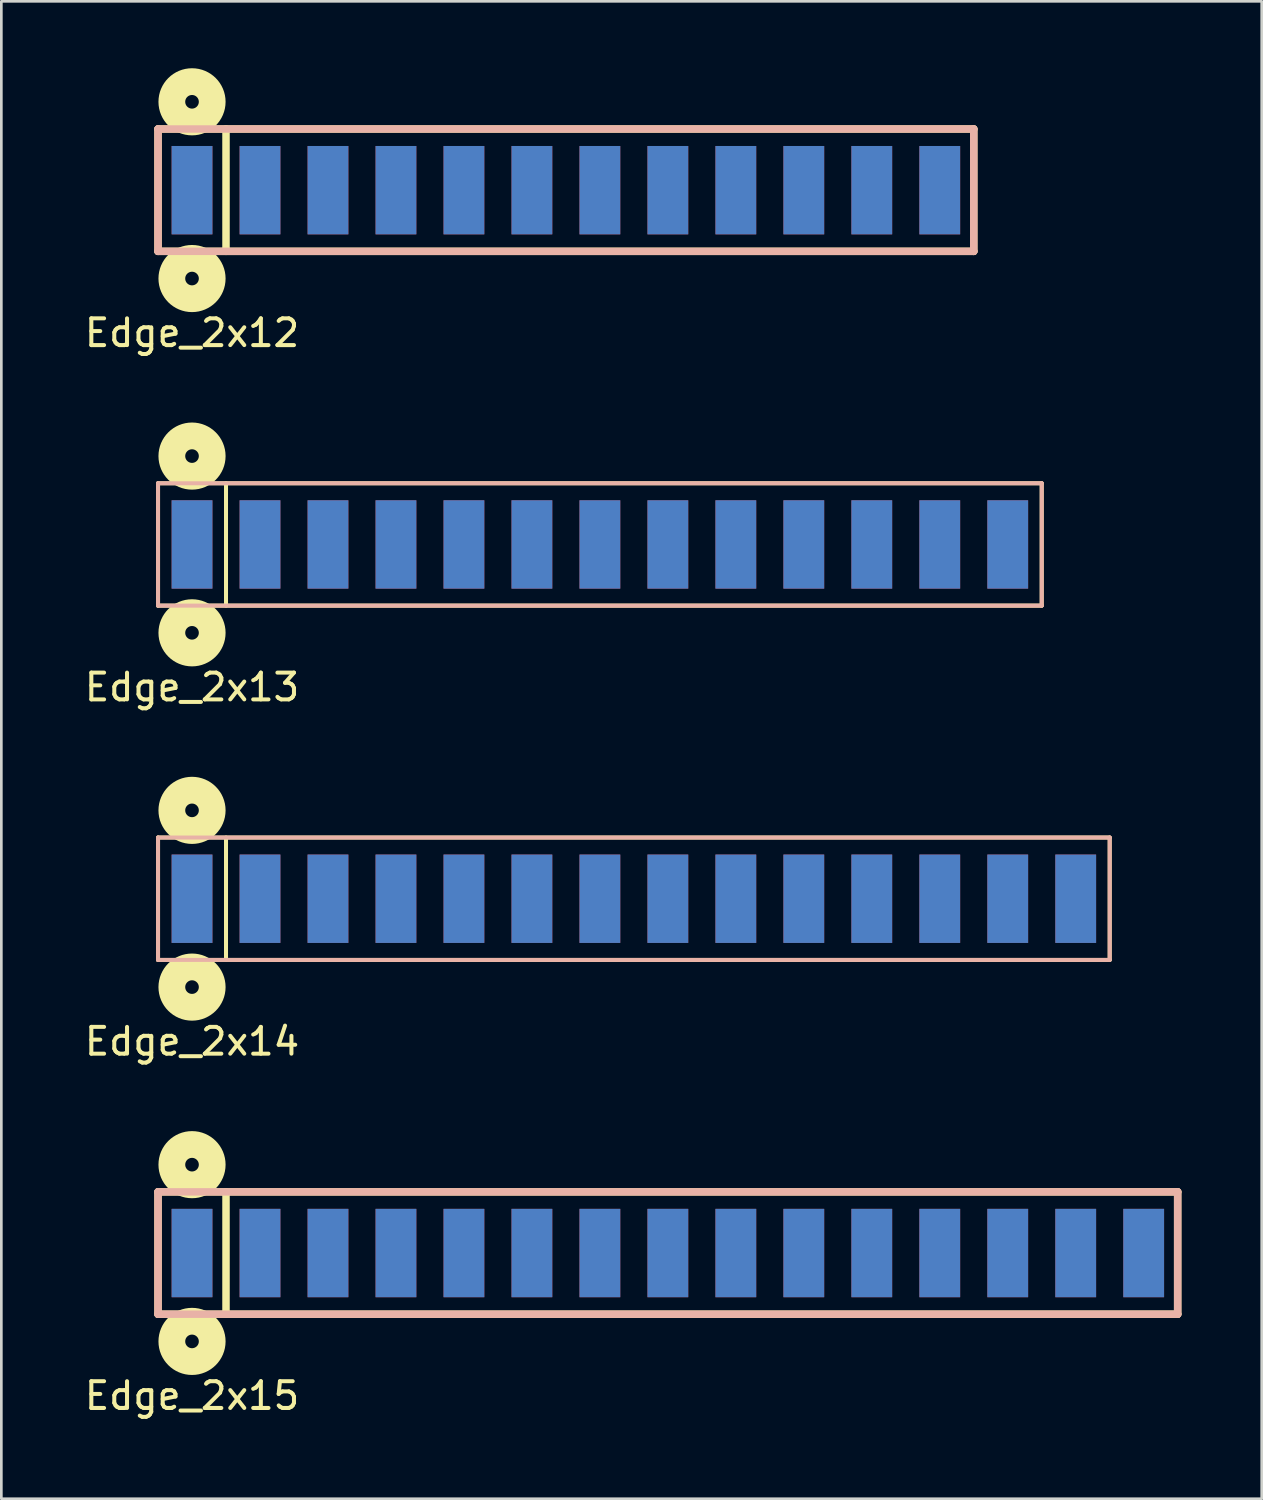
<source format=kicad_pcb>
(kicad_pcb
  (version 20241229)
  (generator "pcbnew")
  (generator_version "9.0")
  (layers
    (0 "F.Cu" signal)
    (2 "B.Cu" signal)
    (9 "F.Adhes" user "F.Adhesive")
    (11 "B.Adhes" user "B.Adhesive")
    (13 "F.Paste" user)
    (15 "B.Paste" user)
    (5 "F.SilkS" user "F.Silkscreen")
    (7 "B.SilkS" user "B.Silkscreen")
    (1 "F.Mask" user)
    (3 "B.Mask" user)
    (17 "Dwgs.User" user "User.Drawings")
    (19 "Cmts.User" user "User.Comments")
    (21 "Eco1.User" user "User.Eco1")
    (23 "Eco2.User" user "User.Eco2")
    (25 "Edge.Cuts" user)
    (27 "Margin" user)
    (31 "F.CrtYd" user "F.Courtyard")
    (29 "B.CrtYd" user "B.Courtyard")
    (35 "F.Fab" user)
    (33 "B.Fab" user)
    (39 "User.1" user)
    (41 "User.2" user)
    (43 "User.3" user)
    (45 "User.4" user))
  (footprint "Edge_2x15"
    (layer "F.Cu")
    (at 4.125 43.771)
    (property "Reference" "Edge_2x15" (at 0 5.334 0) (layer "F.SilkS") (effects (font (size 1 1) (thickness 0.15))))
    (attr through_hole)
    (fp_line (start -1.27 -2.286) (end -1.27 2.286) (stroke (width 0.28) (type solid)) (layer "F.SilkS"))
    (fp_line (start -1.27 2.286) (end 36.83 2.286) (stroke (width 0.28) (type solid)) (layer "F.SilkS"))
    (fp_line (start 1.27 2.286) (end 1.27 -2.286) (stroke (width 0.28) (type solid)) (layer "F.SilkS"))
    (fp_line (start 36.83 -2.286) (end -1.27 -2.286) (stroke (width 0.28) (type solid)) (layer "F.SilkS"))
    (fp_line (start 36.83 2.286) (end 36.83 -2.286) (stroke (width 0.28) (type solid)) (layer "F.SilkS"))
    (fp_circle (center 0 -3.302) (end 0.254 -3.302) (stroke (width 1) (type solid)) (fill no) (layer "F.SilkS"))
    (fp_circle (center 0 3.302) (end 0.254 3.302) (stroke (width 1) (type solid)) (fill no) (layer "F.SilkS"))
    (fp_line (start -1.27 -2.286) (end -1.27 2.286) (stroke (width 0.28) (type solid)) (layer "B.SilkS"))
    (fp_line (start -1.27 2.286) (end 36.83 2.286) (stroke (width 0.28) (type solid)) (layer "B.SilkS"))
    (fp_line (start 36.83 -2.286) (end -1.27 -2.286) (stroke (width 0.28) (type solid)) (layer "B.SilkS"))
    (fp_line (start 36.83 2.286) (end 36.83 -2.286) (stroke (width 0.28) (type solid)) (layer "B.SilkS"))
    (pad "1" smd rect (at 0 0) (size 1.524 3.302) (layers "F.Cu" "F.Mask" "F.Paste"))
    (pad "2" smd rect (at 0 0) (size 1.524 3.302) (layers "B.Cu" "B.Mask" "B.Paste"))
    (pad "3" smd rect (at 2.54 0) (size 1.524 3.302) (layers "F.Cu" "F.Mask" "F.Paste"))
    (pad "4" smd rect (at 2.54 0) (size 1.524 3.302) (layers "B.Cu" "B.Mask" "B.Paste"))
    (pad "5" smd rect (at 5.08 0) (size 1.524 3.302) (layers "F.Cu" "F.Mask" "F.Paste"))
    (pad "6" smd rect (at 5.08 0) (size 1.524 3.302) (layers "B.Cu" "B.Mask" "B.Paste"))
    (pad "7" smd rect (at 7.62 0) (size 1.524 3.302) (layers "F.Cu" "F.Mask" "F.Paste"))
    (pad "8" smd rect (at 7.62 0) (size 1.524 3.302) (layers "B.Cu" "B.Mask" "B.Paste"))
    (pad "9" smd rect (at 10.16 0) (size 1.524 3.302) (layers "F.Cu" "F.Mask" "F.Paste"))
    (pad "10" smd rect (at 10.16 0) (size 1.524 3.302) (layers "B.Cu" "B.Mask" "B.Paste"))
    (pad "11" smd rect (at 12.7 0) (size 1.524 3.302) (layers "F.Cu" "F.Mask" "F.Paste"))
    (pad "12" smd rect (at 12.7 0) (size 1.524 3.302) (layers "B.Cu" "B.Mask" "B.Paste"))
    (pad "13" smd rect (at 15.24 0) (size 1.524 3.302) (layers "F.Cu" "F.Mask" "F.Paste"))
    (pad "14" smd rect (at 15.24 0) (size 1.524 3.302) (layers "B.Cu" "B.Mask" "B.Paste"))
    (pad "15" smd rect (at 17.78 0) (size 1.524 3.302) (layers "F.Cu" "F.Mask" "F.Paste"))
    (pad "16" smd rect (at 17.78 0) (size 1.524 3.302) (layers "B.Cu" "B.Mask" "B.Paste"))
    (pad "17" smd rect (at 20.32 0) (size 1.524 3.302) (layers "F.Cu" "F.Mask" "F.Paste"))
    (pad "18" smd rect (at 20.32 0) (size 1.524 3.302) (layers "B.Cu" "B.Mask" "B.Paste"))
    (pad "19" smd rect (at 22.86 0) (size 1.524 3.302) (layers "F.Cu" "F.Mask" "F.Paste"))
    (pad "20" smd rect (at 22.86 0) (size 1.524 3.302) (layers "B.Cu" "B.Mask" "B.Paste"))
    (pad "21" smd rect (at 25.4 0) (size 1.524 3.302) (layers "F.Cu" "F.Mask" "F.Paste"))
    (pad "22" smd rect (at 25.4 0) (size 1.524 3.302) (layers "B.Cu" "B.Mask" "B.Paste"))
    (pad "23" smd rect (at 27.94 0) (size 1.524 3.302) (layers "F.Cu" "F.Mask" "F.Paste"))
    (pad "24" smd rect (at 27.94 0) (size 1.524 3.302) (layers "B.Cu" "B.Mask" "B.Paste"))
    (pad "25" smd rect (at 30.48 0) (size 1.524 3.302) (layers "F.Cu" "F.Mask" "F.Paste"))
    (pad "26" smd rect (at 30.48 0) (size 1.524 3.302) (layers "B.Cu" "B.Mask" "B.Paste"))
    (pad "27" smd rect (at 33.02 0) (size 1.524 3.302) (layers "F.Cu" "F.Mask" "F.Paste"))
    (pad "28" smd rect (at 33.02 0) (size 1.524 3.302) (layers "B.Cu" "B.Mask" "B.Paste"))
    (pad "29" smd rect (at 35.56 0) (size 1.524 3.302) (layers "F.Cu" "F.Mask" "F.Paste"))
    (pad "30" smd rect (at 35.56 0) (size 1.524 3.302) (layers "B.Cu" "B.Mask" "B.Paste")))
  (footprint "Edge_2x14"
    (layer "F.Cu")
    (at 4.125 30.532)
    (property "Reference" "Edge_2x14" (at 0 5.334 0) (layer "F.SilkS") (effects (font (size 1 1) (thickness 0.15))))
    (attr through_hole)
    (fp_line (start -1.27 -2.286) (end -1.27 2.286) (stroke (width 0.15) (type solid)) (layer "F.SilkS"))
    (fp_line (start -1.27 2.286) (end 34.29 2.286) (stroke (width 0.15) (type solid)) (layer "F.SilkS"))
    (fp_line (start 1.27 2.286) (end 1.27 -2.286) (stroke (width 0.15) (type solid)) (layer "F.SilkS"))
    (fp_line (start 34.29 -2.286) (end -1.27 -2.286) (stroke (width 0.15) (type solid)) (layer "F.SilkS"))
    (fp_line (start 34.29 2.286) (end 34.29 -2.286) (stroke (width 0.15) (type solid)) (layer "F.SilkS"))
    (fp_circle (center 0 -3.302) (end 0.254 -3.302) (stroke (width 1) (type solid)) (fill no) (layer "F.SilkS"))
    (fp_circle (center 0 3.302) (end 0.254 3.302) (stroke (width 1) (type solid)) (fill no) (layer "F.SilkS"))
    (fp_line (start -1.27 -2.286) (end -1.27 2.286) (stroke (width 0.15) (type solid)) (layer "B.SilkS"))
    (fp_line (start -1.27 2.286) (end 34.29 2.286) (stroke (width 0.15) (type solid)) (layer "B.SilkS"))
    (fp_line (start 34.29 -2.286) (end -1.27 -2.286) (stroke (width 0.15) (type solid)) (layer "B.SilkS"))
    (fp_line (start 34.29 2.286) (end 34.29 -2.286) (stroke (width 0.15) (type solid)) (layer "B.SilkS"))
    (pad "1" smd rect (at 0 0) (size 1.524 3.302) (layers "F.Cu" "F.Mask" "F.Paste"))
    (pad "2" smd rect (at 0 0) (size 1.524 3.302) (layers "B.Cu" "B.Mask" "B.Paste"))
    (pad "3" smd rect (at 2.54 0) (size 1.524 3.302) (layers "F.Cu" "F.Mask" "F.Paste"))
    (pad "4" smd rect (at 2.54 0) (size 1.524 3.302) (layers "B.Cu" "B.Mask" "B.Paste"))
    (pad "5" smd rect (at 5.08 0) (size 1.524 3.302) (layers "F.Cu" "F.Mask" "F.Paste"))
    (pad "6" smd rect (at 5.08 0) (size 1.524 3.302) (layers "B.Cu" "B.Mask" "B.Paste"))
    (pad "7" smd rect (at 7.62 0) (size 1.524 3.302) (layers "F.Cu" "F.Mask" "F.Paste"))
    (pad "8" smd rect (at 7.62 0) (size 1.524 3.302) (layers "B.Cu" "B.Mask" "B.Paste"))
    (pad "9" smd rect (at 10.16 0) (size 1.524 3.302) (layers "F.Cu" "F.Mask" "F.Paste"))
    (pad "10" smd rect (at 10.16 0) (size 1.524 3.302) (layers "B.Cu" "B.Mask" "B.Paste"))
    (pad "11" smd rect (at 12.7 0) (size 1.524 3.302) (layers "F.Cu" "F.Mask" "F.Paste"))
    (pad "12" smd rect (at 12.7 0) (size 1.524 3.302) (layers "B.Cu" "B.Mask" "B.Paste"))
    (pad "13" smd rect (at 15.24 0) (size 1.524 3.302) (layers "F.Cu" "F.Mask" "F.Paste"))
    (pad "14" smd rect (at 15.24 0) (size 1.524 3.302) (layers "B.Cu" "B.Mask" "B.Paste"))
    (pad "15" smd rect (at 17.78 0) (size 1.524 3.302) (layers "F.Cu" "F.Mask" "F.Paste"))
    (pad "16" smd rect (at 17.78 0) (size 1.524 3.302) (layers "B.Cu" "B.Mask" "B.Paste"))
    (pad "17" smd rect (at 20.32 0) (size 1.524 3.302) (layers "F.Cu" "F.Mask" "F.Paste"))
    (pad "18" smd rect (at 20.32 0) (size 1.524 3.302) (layers "B.Cu" "B.Mask" "B.Paste"))
    (pad "19" smd rect (at 22.86 0) (size 1.524 3.302) (layers "F.Cu" "F.Mask" "F.Paste"))
    (pad "20" smd rect (at 22.86 0) (size 1.524 3.302) (layers "B.Cu" "B.Mask" "B.Paste"))
    (pad "21" smd rect (at 25.4 0) (size 1.524 3.302) (layers "F.Cu" "F.Mask" "F.Paste"))
    (pad "22" smd rect (at 25.4 0) (size 1.524 3.302) (layers "B.Cu" "B.Mask" "B.Paste"))
    (pad "23" smd rect (at 27.94 0) (size 1.524 3.302) (layers "F.Cu" "F.Mask" "F.Paste"))
    (pad "24" smd rect (at 27.94 0) (size 1.524 3.302) (layers "B.Cu" "B.Mask" "B.Paste"))
    (pad "25" smd rect (at 30.48 0) (size 1.524 3.302) (layers "F.Cu" "F.Mask" "F.Paste"))
    (pad "26" smd rect (at 30.48 0) (size 1.524 3.302) (layers "B.Cu" "B.Mask" "B.Paste"))
    (pad "27" smd rect (at 33.02 0) (size 1.524 3.302) (layers "F.Cu" "F.Mask" "F.Paste"))
    (pad "28" smd rect (at 33.02 0) (size 1.524 3.302) (layers "B.Cu" "B.Mask" "B.Paste")))
  (footprint "Edge_2x13"
    (layer "F.Cu")
    (at 4.125 17.294)
    (property "Reference" "Edge_2x13" (at 0 5.334 0) (layer "F.SilkS") (effects (font (size 1 1) (thickness 0.15))))
    (attr through_hole)
    (fp_line (start -1.27 -2.286) (end -1.27 2.286) (stroke (width 0.15) (type solid)) (layer "F.SilkS"))
    (fp_line (start -1.27 2.286) (end 31.75 2.286) (stroke (width 0.15) (type solid)) (layer "F.SilkS"))
    (fp_line (start 1.27 2.286) (end 1.27 -2.286) (stroke (width 0.15) (type solid)) (layer "F.SilkS"))
    (fp_line (start 31.75 -2.286) (end -1.27 -2.286) (stroke (width 0.15) (type solid)) (layer "F.SilkS"))
    (fp_line (start 31.75 2.286) (end 31.75 -2.286) (stroke (width 0.15) (type solid)) (layer "F.SilkS"))
    (fp_circle (center 0 -3.302) (end 0.254 -3.302) (stroke (width 1) (type solid)) (fill no) (layer "F.SilkS"))
    (fp_circle (center 0 3.302) (end 0.254 3.302) (stroke (width 1) (type solid)) (fill no) (layer "F.SilkS"))
    (fp_line (start -1.27 -2.286) (end -1.27 2.286) (stroke (width 0.15) (type solid)) (layer "B.SilkS"))
    (fp_line (start -1.27 2.286) (end 31.75 2.286) (stroke (width 0.15) (type solid)) (layer "B.SilkS"))
    (fp_line (start 31.75 -2.286) (end -1.27 -2.286) (stroke (width 0.15) (type solid)) (layer "B.SilkS"))
    (fp_line (start 31.75 2.286) (end 31.75 -2.286) (stroke (width 0.15) (type solid)) (layer "B.SilkS"))
    (pad "1" smd rect (at 0 0) (size 1.524 3.302) (layers "F.Cu" "F.Mask" "F.Paste"))
    (pad "2" smd rect (at 0 0) (size 1.524 3.302) (layers "B.Cu" "B.Mask" "B.Paste"))
    (pad "3" smd rect (at 2.54 0) (size 1.524 3.302) (layers "F.Cu" "F.Mask" "F.Paste"))
    (pad "4" smd rect (at 2.54 0) (size 1.524 3.302) (layers "B.Cu" "B.Mask" "B.Paste"))
    (pad "5" smd rect (at 5.08 0) (size 1.524 3.302) (layers "F.Cu" "F.Mask" "F.Paste"))
    (pad "6" smd rect (at 5.08 0) (size 1.524 3.302) (layers "B.Cu" "B.Mask" "B.Paste"))
    (pad "7" smd rect (at 7.62 0) (size 1.524 3.302) (layers "F.Cu" "F.Mask" "F.Paste"))
    (pad "8" smd rect (at 7.62 0) (size 1.524 3.302) (layers "B.Cu" "B.Mask" "B.Paste"))
    (pad "9" smd rect (at 10.16 0) (size 1.524 3.302) (layers "F.Cu" "F.Mask" "F.Paste"))
    (pad "10" smd rect (at 10.16 0) (size 1.524 3.302) (layers "B.Cu" "B.Mask" "B.Paste"))
    (pad "11" smd rect (at 12.7 0) (size 1.524 3.302) (layers "F.Cu" "F.Mask" "F.Paste"))
    (pad "12" smd rect (at 12.7 0) (size 1.524 3.302) (layers "B.Cu" "B.Mask" "B.Paste"))
    (pad "13" smd rect (at 15.24 0) (size 1.524 3.302) (layers "F.Cu" "F.Mask" "F.Paste"))
    (pad "14" smd rect (at 15.24 0) (size 1.524 3.302) (layers "B.Cu" "B.Mask" "B.Paste"))
    (pad "15" smd rect (at 17.78 0) (size 1.524 3.302) (layers "F.Cu" "F.Mask" "F.Paste"))
    (pad "16" smd rect (at 17.78 0) (size 1.524 3.302) (layers "B.Cu" "B.Mask" "B.Paste"))
    (pad "17" smd rect (at 20.32 0) (size 1.524 3.302) (layers "F.Cu" "F.Mask" "F.Paste"))
    (pad "18" smd rect (at 20.32 0) (size 1.524 3.302) (layers "B.Cu" "B.Mask" "B.Paste"))
    (pad "19" smd rect (at 22.86 0) (size 1.524 3.302) (layers "F.Cu" "F.Mask" "F.Paste"))
    (pad "20" smd rect (at 22.86 0) (size 1.524 3.302) (layers "B.Cu" "B.Mask" "B.Paste"))
    (pad "21" smd rect (at 25.4 0) (size 1.524 3.302) (layers "F.Cu" "F.Mask" "F.Paste"))
    (pad "22" smd rect (at 25.4 0) (size 1.524 3.302) (layers "B.Cu" "B.Mask" "B.Paste"))
    (pad "23" smd rect (at 27.94 0) (size 1.524 3.302) (layers "F.Cu" "F.Mask" "F.Paste"))
    (pad "24" smd rect (at 27.94 0) (size 1.524 3.302) (layers "B.Cu" "B.Mask" "B.Paste"))
    (pad "25" smd rect (at 30.48 0) (size 1.524 3.302) (layers "F.Cu" "F.Mask" "F.Paste"))
    (pad "26" smd rect (at 30.48 0) (size 1.524 3.302) (layers "B.Cu" "B.Mask" "B.Paste")))
  (footprint "Edge_2x12"
    (layer "F.Cu")
    (at 4.125 4.056)
    (property "Reference" "Edge_2x12" (at 0 5.334 0) (layer "F.SilkS") (effects (font (size 1 1) (thickness 0.15))))
    (attr through_hole)
    (fp_line (start -1.27 -2.286) (end -1.27 2.286) (stroke (width 0.28) (type solid)) (layer "F.SilkS"))
    (fp_line (start -1.27 2.286) (end 29.21 2.286) (stroke (width 0.28) (type solid)) (layer "F.SilkS"))
    (fp_line (start 1.27 2.286) (end 1.27 -2.286) (stroke (width 0.28) (type solid)) (layer "F.SilkS"))
    (fp_line (start 29.21 -2.286) (end -1.27 -2.286) (stroke (width 0.28) (type solid)) (layer "F.SilkS"))
    (fp_line (start 29.21 2.286) (end 29.21 -2.286) (stroke (width 0.28) (type solid)) (layer "F.SilkS"))
    (fp_circle (center 0 -3.302) (end 0.254 -3.302) (stroke (width 1) (type solid)) (fill no) (layer "F.SilkS"))
    (fp_circle (center 0 3.302) (end 0.254 3.302) (stroke (width 1) (type solid)) (fill no) (layer "F.SilkS"))
    (fp_line (start -1.27 -2.286) (end -1.27 2.286) (stroke (width 0.28) (type solid)) (layer "B.SilkS"))
    (fp_line (start -1.27 2.286) (end 29.21 2.286) (stroke (width 0.28) (type solid)) (layer "B.SilkS"))
    (fp_line (start 29.21 -2.286) (end -1.27 -2.286) (stroke (width 0.28) (type solid)) (layer "B.SilkS"))
    (fp_line (start 29.21 2.286) (end 29.21 -2.286) (stroke (width 0.28) (type solid)) (layer "B.SilkS"))
    (pad "1" smd rect (at 0 0) (size 1.524 3.302) (layers "F.Cu" "F.Mask" "F.Paste"))
    (pad "2" smd rect (at 0 0) (size 1.524 3.302) (layers "B.Cu" "B.Mask" "B.Paste"))
    (pad "3" smd rect (at 2.54 0) (size 1.524 3.302) (layers "F.Cu" "F.Mask" "F.Paste"))
    (pad "4" smd rect (at 2.54 0) (size 1.524 3.302) (layers "B.Cu" "B.Mask" "B.Paste"))
    (pad "5" smd rect (at 5.08 0) (size 1.524 3.302) (layers "F.Cu" "F.Mask" "F.Paste"))
    (pad "6" smd rect (at 5.08 0) (size 1.524 3.302) (layers "B.Cu" "B.Mask" "B.Paste"))
    (pad "7" smd rect (at 7.62 0) (size 1.524 3.302) (layers "F.Cu" "F.Mask" "F.Paste"))
    (pad "8" smd rect (at 7.62 0) (size 1.524 3.302) (layers "B.Cu" "B.Mask" "B.Paste"))
    (pad "9" smd rect (at 10.16 0) (size 1.524 3.302) (layers "F.Cu" "F.Mask" "F.Paste"))
    (pad "10" smd rect (at 10.16 0) (size 1.524 3.302) (layers "B.Cu" "B.Mask" "B.Paste"))
    (pad "11" smd rect (at 12.7 0) (size 1.524 3.302) (layers "F.Cu" "F.Mask" "F.Paste"))
    (pad "12" smd rect (at 12.7 0) (size 1.524 3.302) (layers "B.Cu" "B.Mask" "B.Paste"))
    (pad "13" smd rect (at 15.24 0) (size 1.524 3.302) (layers "F.Cu" "F.Mask" "F.Paste"))
    (pad "14" smd rect (at 15.24 0) (size 1.524 3.302) (layers "B.Cu" "B.Mask" "B.Paste"))
    (pad "15" smd rect (at 17.78 0) (size 1.524 3.302) (layers "F.Cu" "F.Mask" "F.Paste"))
    (pad "16" smd rect (at 17.78 0) (size 1.524 3.302) (layers "B.Cu" "B.Mask" "B.Paste"))
    (pad "17" smd rect (at 20.32 0) (size 1.524 3.302) (layers "F.Cu" "F.Mask" "F.Paste"))
    (pad "18" smd rect (at 20.32 0) (size 1.524 3.302) (layers "B.Cu" "B.Mask" "B.Paste"))
    (pad "19" smd rect (at 22.86 0) (size 1.524 3.302) (layers "F.Cu" "F.Mask" "F.Paste"))
    (pad "20" smd rect (at 22.86 0) (size 1.524 3.302) (layers "B.Cu" "B.Mask" "B.Paste"))
    (pad "21" smd rect (at 25.4 0) (size 1.524 3.302) (layers "F.Cu" "F.Mask" "F.Paste"))
    (pad "22" smd rect (at 25.4 0) (size 1.524 3.302) (layers "B.Cu" "B.Mask" "B.Paste"))
    (pad "23" smd rect (at 27.94 0) (size 1.524 3.302) (layers "F.Cu" "F.Mask" "F.Paste"))
    (pad "24" smd rect (at 27.94 0) (size 1.524 3.302) (layers "B.Cu" "B.Mask" "B.Paste")))
  (gr_rect
    (start -3 -3)
    (end 44.095 52.953)
    (stroke (width 0.1) (type default))
    (fill no)
    (layer "Edge.Cuts")))
</source>
